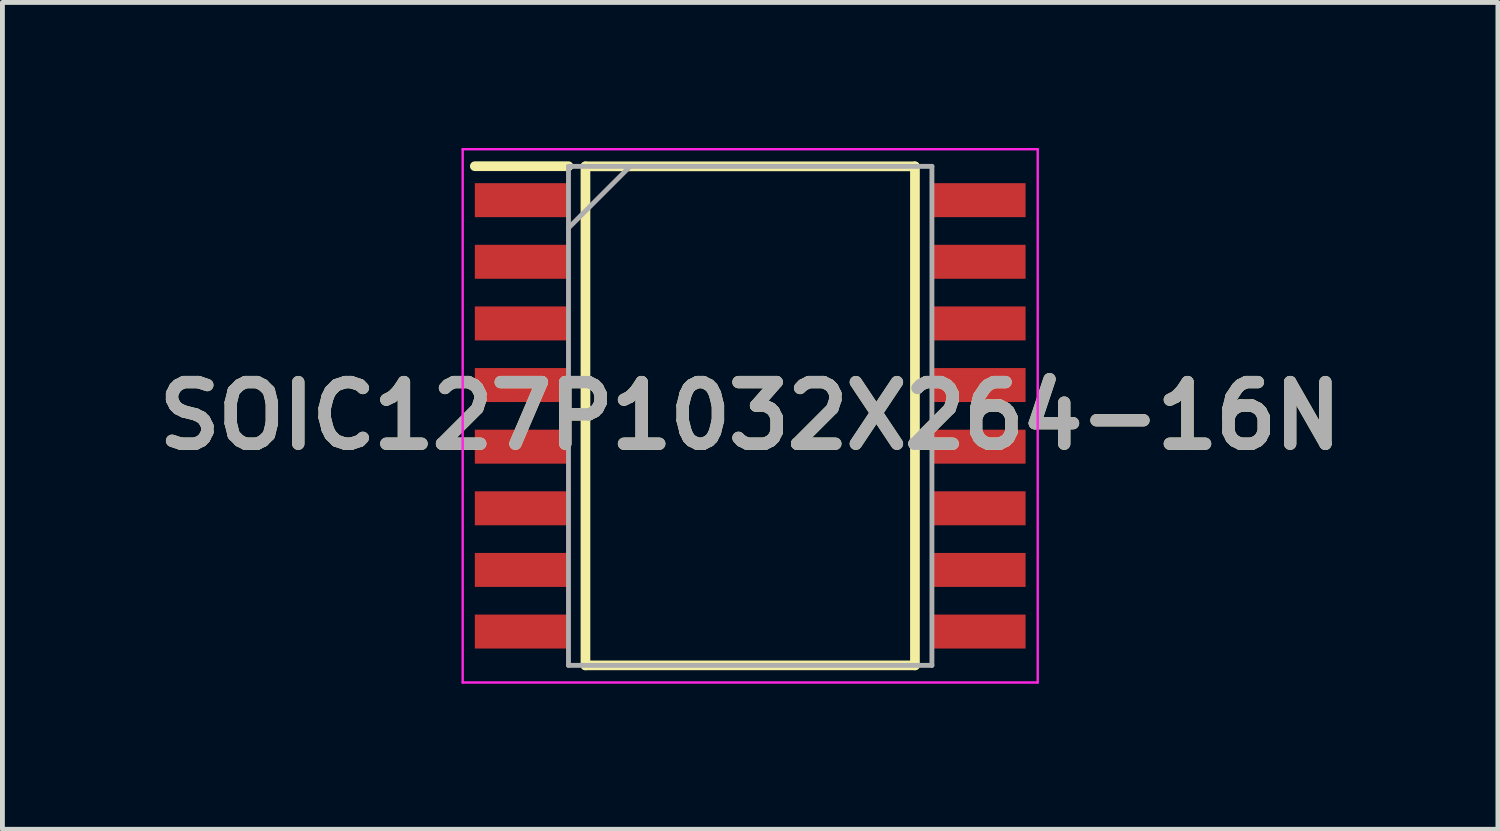
<source format=kicad_pcb>
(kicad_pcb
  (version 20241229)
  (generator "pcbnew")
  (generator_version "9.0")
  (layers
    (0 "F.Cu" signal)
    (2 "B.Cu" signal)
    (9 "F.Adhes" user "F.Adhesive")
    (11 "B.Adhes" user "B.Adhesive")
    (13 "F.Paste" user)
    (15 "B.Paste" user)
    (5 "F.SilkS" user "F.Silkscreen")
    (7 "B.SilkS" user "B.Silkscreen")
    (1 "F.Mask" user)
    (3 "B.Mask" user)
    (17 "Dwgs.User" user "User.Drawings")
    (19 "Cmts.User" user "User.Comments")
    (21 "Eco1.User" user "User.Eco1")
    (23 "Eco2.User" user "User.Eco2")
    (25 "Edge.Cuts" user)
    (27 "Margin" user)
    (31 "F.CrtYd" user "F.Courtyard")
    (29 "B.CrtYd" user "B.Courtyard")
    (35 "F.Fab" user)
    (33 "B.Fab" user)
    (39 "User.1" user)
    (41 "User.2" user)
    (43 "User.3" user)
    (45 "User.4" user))
  (footprint "SOIC127P1032X264-16N"
    (layer "F.Cu")
    (at 12.41 5.52)
    (property "Reference" "SOIC127P1032X264-16N" (at 0 0 0) (layer "F.SilkS") (effects (font (size 1.27 1.27) (thickness 0.254))))
    (attr smd)
    (fp_line (start -5.675 -5.145) (end -3.745 -5.145) (stroke (width 0.2) (type solid)) (layer "F.SilkS"))
    (fp_line (start -3.395 -5.142) (end 3.395 -5.142) (stroke (width 0.2) (type solid)) (layer "F.SilkS"))
    (fp_line (start -3.395 5.142) (end -3.395 -5.142) (stroke (width 0.2) (type solid)) (layer "F.SilkS"))
    (fp_line (start 3.395 -5.142) (end 3.395 5.142) (stroke (width 0.2) (type solid)) (layer "F.SilkS"))
    (fp_line (start 3.395 5.142) (end -3.395 5.142) (stroke (width 0.2) (type solid)) (layer "F.SilkS"))
    (fp_line (start -5.925 -5.495) (end 5.925 -5.495) (stroke (width 0.05) (type solid)) (layer "F.CrtYd"))
    (fp_line (start -5.925 5.495) (end -5.925 -5.495) (stroke (width 0.05) (type solid)) (layer "F.CrtYd"))
    (fp_line (start 5.925 -5.495) (end 5.925 5.495) (stroke (width 0.05) (type solid)) (layer "F.CrtYd"))
    (fp_line (start 5.925 5.495) (end -5.925 5.495) (stroke (width 0.05) (type solid)) (layer "F.CrtYd"))
    (fp_line (start -3.745 -5.142) (end 3.745 -5.142) (stroke (width 0.1) (type solid)) (layer "F.Fab"))
    (fp_line (start -3.745 -3.872) (end -2.475 -5.142) (stroke (width 0.1) (type solid)) (layer "F.Fab"))
    (fp_line (start -3.745 5.142) (end -3.745 -5.142) (stroke (width 0.1) (type solid)) (layer "F.Fab"))
    (fp_line (start 3.745 -5.142) (end 3.745 5.142) (stroke (width 0.1) (type solid)) (layer "F.Fab"))
    (fp_line (start 3.745 5.142) (end -3.745 5.142) (stroke (width 0.1) (type solid)) (layer "F.Fab"))
    (fp_text user "${REFERENCE}" (at 0 0 0) (layer "F.Fab") (effects (font (size 1.27 1.27) (thickness 0.254))))
    (pad "1" smd rect (at -4.71 -4.445 90) (size 0.7 1.93) (layers "F.Cu" "F.Mask" "F.Paste"))
    (pad "2" smd rect (at -4.71 -3.175 90) (size 0.7 1.93) (layers "F.Cu" "F.Mask" "F.Paste"))
    (pad "3" smd rect (at -4.71 -1.905 90) (size 0.7 1.93) (layers "F.Cu" "F.Mask" "F.Paste"))
    (pad "4" smd rect (at -4.71 -0.635 90) (size 0.7 1.93) (layers "F.Cu" "F.Mask" "F.Paste"))
    (pad "5" smd rect (at -4.71 0.635 90) (size 0.7 1.93) (layers "F.Cu" "F.Mask" "F.Paste"))
    (pad "6" smd rect (at -4.71 1.905 90) (size 0.7 1.93) (layers "F.Cu" "F.Mask" "F.Paste"))
    (pad "7" smd rect (at -4.71 3.175 90) (size 0.7 1.93) (layers "F.Cu" "F.Mask" "F.Paste"))
    (pad "8" smd rect (at -4.71 4.445 90) (size 0.7 1.93) (layers "F.Cu" "F.Mask" "F.Paste"))
    (pad "9" smd rect (at 4.71 4.445 90) (size 0.7 1.93) (layers "F.Cu" "F.Mask" "F.Paste"))
    (pad "10" smd rect (at 4.71 3.175 90) (size 0.7 1.93) (layers "F.Cu" "F.Mask" "F.Paste"))
    (pad "11" smd rect (at 4.71 1.905 90) (size 0.7 1.93) (layers "F.Cu" "F.Mask" "F.Paste"))
    (pad "12" smd rect (at 4.71 0.635 90) (size 0.7 1.93) (layers "F.Cu" "F.Mask" "F.Paste"))
    (pad "13" smd rect (at 4.71 -0.635 90) (size 0.7 1.93) (layers "F.Cu" "F.Mask" "F.Paste"))
    (pad "14" smd rect (at 4.71 -1.905 90) (size 0.7 1.93) (layers "F.Cu" "F.Mask" "F.Paste"))
    (pad "15" smd rect (at 4.71 -3.175 90) (size 0.7 1.93) (layers "F.Cu" "F.Mask" "F.Paste"))
    (pad "16" smd rect (at 4.71 -4.445 90) (size 0.7 1.93) (layers "F.Cu" "F.Mask" "F.Paste")))
  (gr_rect
    (start -3 -3)
    (end 27.819 14.04)
    (stroke (width 0.1) (type default))
    (fill no)
    (layer "Edge.Cuts")))
</source>
